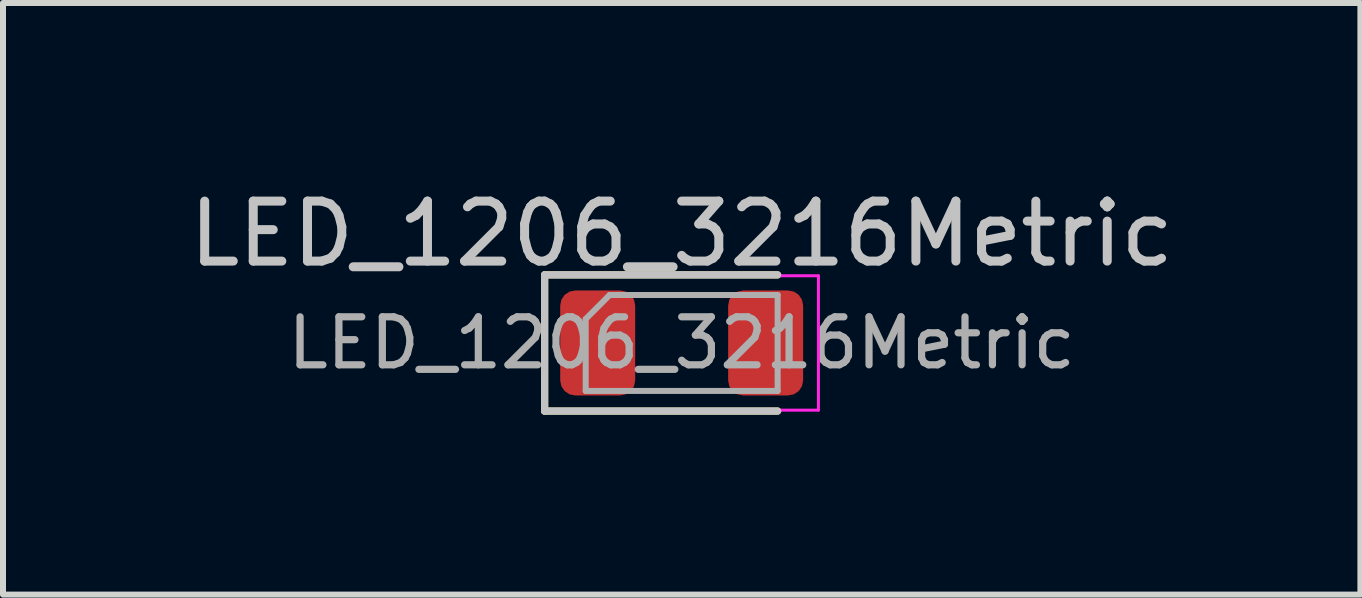
<source format=kicad_pcb>
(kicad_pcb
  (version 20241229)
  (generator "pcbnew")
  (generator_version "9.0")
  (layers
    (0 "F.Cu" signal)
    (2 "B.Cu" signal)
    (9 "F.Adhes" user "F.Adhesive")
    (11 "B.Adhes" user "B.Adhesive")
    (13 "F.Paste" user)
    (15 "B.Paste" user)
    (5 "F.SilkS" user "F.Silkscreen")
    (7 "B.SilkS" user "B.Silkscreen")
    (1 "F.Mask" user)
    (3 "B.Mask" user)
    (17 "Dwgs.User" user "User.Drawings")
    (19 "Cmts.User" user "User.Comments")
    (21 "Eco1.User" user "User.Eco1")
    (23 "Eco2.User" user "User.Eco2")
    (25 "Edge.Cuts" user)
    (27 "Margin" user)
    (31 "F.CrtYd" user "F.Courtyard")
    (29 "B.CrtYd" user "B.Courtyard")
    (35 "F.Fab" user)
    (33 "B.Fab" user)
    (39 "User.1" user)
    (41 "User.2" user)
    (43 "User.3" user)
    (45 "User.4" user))
  (footprint "LED_1206_3216Metric"
    (layer "F.Cu")
    (at 8.315 2.668)
    (property "Reference" "LED_1206_3216Metric" (at 0 -1.82 180) (layer "Dwgs.User") (effects (font (size 1 1) (thickness 0.15))))
    (attr smd)
    (fp_line (start -2.285 1.135) (end 1.6 1.135) (stroke (width 0.12) (type solid)) (layer "F.SilkS"))
    (fp_line (start -2.285 -1.135) (end -2.285 1.135) (stroke (width 0.12) (type solid)) (layer "F.SilkS"))
    (fp_line (start 1.6 -1.135) (end -2.285 -1.135) (stroke (width 0.12) (type solid)) (layer "F.SilkS"))
    (fp_line (start -2.285 1.135) (end 1.6 1.135) (stroke (width 0.12) (type solid)) (layer "Dwgs.User"))
    (fp_line (start -2.285 -1.135) (end -2.285 1.135) (stroke (width 0.12) (type solid)) (layer "Dwgs.User"))
    (fp_line (start 1.6 -1.135) (end -2.285 -1.135) (stroke (width 0.12) (type solid)) (layer "Dwgs.User"))
    (fp_line (start -2.28 -1.12) (end 2.28 -1.12) (stroke (width 0.05) (type solid)) (layer "F.CrtYd"))
    (fp_line (start -2.28 1.12) (end -2.28 -1.12) (stroke (width 0.05) (type solid)) (layer "F.CrtYd"))
    (fp_line (start 2.28 -1.12) (end 2.28 1.12) (stroke (width 0.05) (type solid)) (layer "F.CrtYd"))
    (fp_line (start 2.28 1.12) (end -2.28 1.12) (stroke (width 0.05) (type solid)) (layer "F.CrtYd"))
    (fp_line (start -1.6 -0.4) (end -1.6 0.8) (stroke (width 0.1) (type solid)) (layer "F.Fab"))
    (fp_line (start -1.6 0.8) (end 1.6 0.8) (stroke (width 0.1) (type solid)) (layer "F.Fab"))
    (fp_line (start -1.2 -0.8) (end -1.6 -0.4) (stroke (width 0.1) (type solid)) (layer "F.Fab"))
    (fp_line (start 1.6 -0.8) (end -1.2 -0.8) (stroke (width 0.1) (type solid)) (layer "F.Fab"))
    (fp_line (start 1.6 0.8) (end 1.6 -0.8) (stroke (width 0.1) (type solid)) (layer "F.Fab"))
    (fp_text user "${REFERENCE}" (at 0 0 180) (layer "F.Fab") (effects (font (size 0.8 0.8) (thickness 0.12))))
    (pad "1" smd roundrect (at -1.4 0) (size 1.25 1.75) (layers "F.Cu" "F.Mask" "F.Paste") (roundrect_rratio 0.2))
    (pad "2" smd roundrect (at 1.4 0) (size 1.25 1.75) (layers "F.Cu" "F.Mask" "F.Paste") (roundrect_rratio 0.2)))
  (gr_rect
    (start -3 -3)
    (end 19.631 6.863)
    (stroke (width 0.1) (type default))
    (fill no)
    (layer "Edge.Cuts")))
</source>
